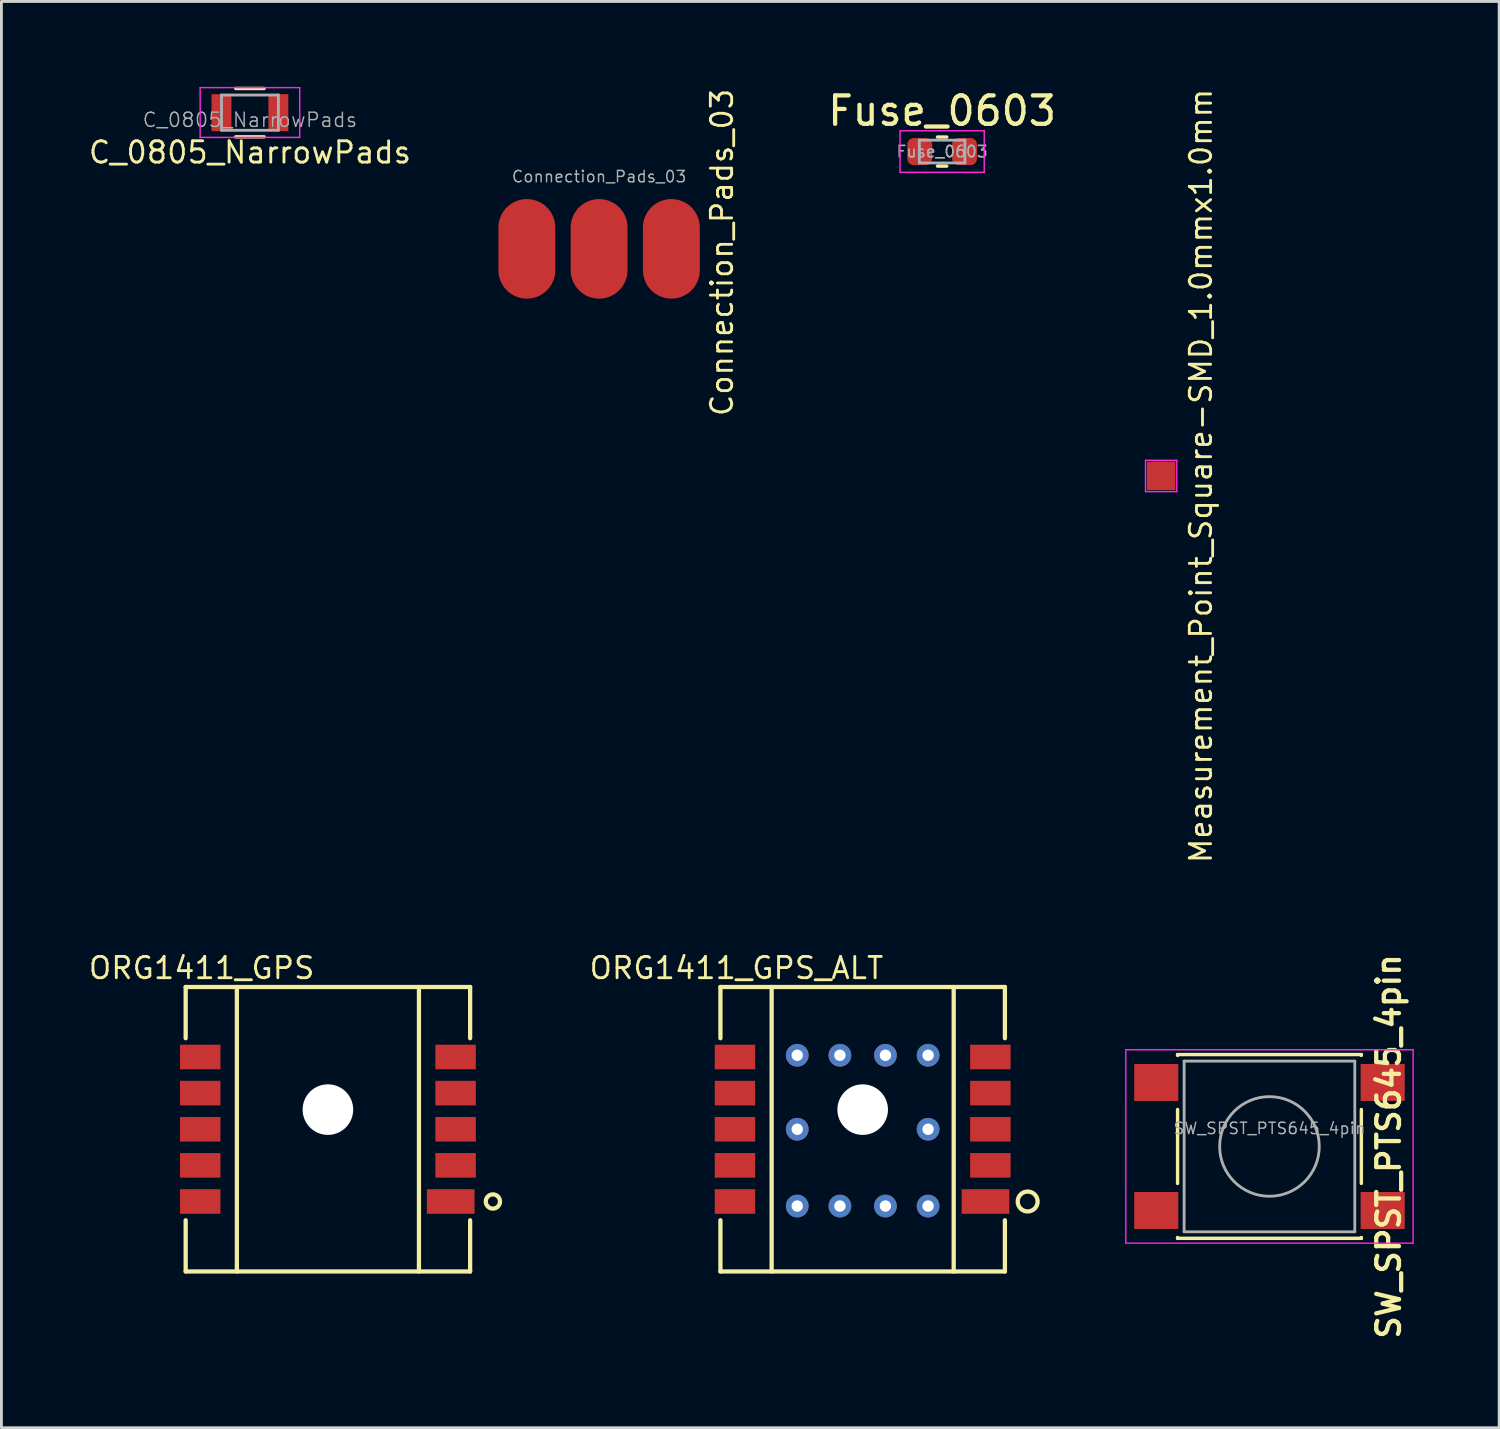
<source format=kicad_pcb>
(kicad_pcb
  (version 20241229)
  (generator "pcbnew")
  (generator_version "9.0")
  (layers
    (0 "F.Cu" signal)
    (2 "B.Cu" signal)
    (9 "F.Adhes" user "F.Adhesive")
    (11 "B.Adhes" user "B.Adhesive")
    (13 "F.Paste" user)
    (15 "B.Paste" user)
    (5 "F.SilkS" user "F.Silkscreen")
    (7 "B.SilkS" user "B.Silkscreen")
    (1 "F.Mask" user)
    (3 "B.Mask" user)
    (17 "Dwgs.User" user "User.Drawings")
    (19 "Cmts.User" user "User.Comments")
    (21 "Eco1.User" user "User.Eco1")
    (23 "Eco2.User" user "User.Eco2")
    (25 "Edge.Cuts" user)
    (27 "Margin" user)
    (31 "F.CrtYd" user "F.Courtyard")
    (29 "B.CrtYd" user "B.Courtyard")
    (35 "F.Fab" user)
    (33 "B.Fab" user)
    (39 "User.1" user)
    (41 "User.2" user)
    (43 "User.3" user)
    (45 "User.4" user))
  (footprint "Measurement_Point_Square-SMD_1.0mmx1.0mm"
    (layer "F.Cu")
    (at 37.769 13.682)
    (property "Reference" "Measurement_Point_Square-SMD_1.0mmx1.0mm" (at 1.397 0 90) (layer "F.SilkS") (effects (font (size 0.75 0.75) (thickness 0.1))))
    (attr exclude_from_pos_files exclude_from_bom)
    (fp_line (start -0.55 -0.55) (end 0.55 -0.55) (stroke (width 0.05) (type solid)) (layer "F.CrtYd"))
    (fp_line (start -0.55 0.55) (end -0.55 -0.55) (stroke (width 0.05) (type solid)) (layer "F.CrtYd"))
    (fp_line (start 0.55 -0.55) (end 0.55 0.55) (stroke (width 0.05) (type solid)) (layer "F.CrtYd"))
    (fp_line (start 0.55 0.55) (end -0.55 0.55) (stroke (width 0.05) (type solid)) (layer "F.CrtYd"))
    (pad "1" smd rect (at 0 0) (size 1 1) (layers "F.Cu" "F.Mask")))
  (footprint "Fuse_0603"
    (layer "F.Cu")
    (at 30.069 2.278)
    (property "Reference" "Fuse_0603" (at 0 -1.43 0) (layer "F.SilkS") (effects (font (size 1 1) (thickness 0.15))))
    (attr smd)
    (fp_line (start -0.163 -0.51) (end 0.163 -0.51) (stroke (width 0.12) (type solid)) (layer "F.SilkS"))
    (fp_line (start -0.163 0.51) (end 0.163 0.51) (stroke (width 0.12) (type solid)) (layer "F.SilkS"))
    (fp_line (start -1.48 -0.73) (end 1.48 -0.73) (stroke (width 0.05) (type solid)) (layer "F.CrtYd"))
    (fp_line (start -1.48 0.73) (end -1.48 -0.73) (stroke (width 0.05) (type solid)) (layer "F.CrtYd"))
    (fp_line (start 1.48 -0.73) (end 1.48 0.73) (stroke (width 0.05) (type solid)) (layer "F.CrtYd"))
    (fp_line (start 1.48 0.73) (end -1.48 0.73) (stroke (width 0.05) (type solid)) (layer "F.CrtYd"))
    (fp_line (start -0.8 -0.4) (end 0.8 -0.4) (stroke (width 0.1) (type solid)) (layer "F.Fab"))
    (fp_line (start -0.8 0.4) (end -0.8 -0.4) (stroke (width 0.1) (type solid)) (layer "F.Fab"))
    (fp_line (start 0.8 -0.4) (end 0.8 0.4) (stroke (width 0.1) (type solid)) (layer "F.Fab"))
    (fp_line (start 0.8 0.4) (end -0.8 0.4) (stroke (width 0.1) (type solid)) (layer "F.Fab"))
    (fp_text user "${REFERENCE}" (at 0 0 0) (layer "F.Fab") (effects (font (size 0.4 0.4) (thickness 0.06))))
    (pad "1" smd roundrect (at -0.787 0) (size 0.875 0.95) (layers "F.Cu" "F.Mask" "F.Paste") (roundrect_rratio 0.25))
    (pad "2" smd roundrect (at 0.787 0) (size 0.875 0.95) (layers "F.Cu" "F.Mask" "F.Paste") (roundrect_rratio 0.25)))
  (footprint "SW_SPST_PTS645_4pin"
    (layer "F.Cu")
    (at 41.576 37.252)
    (property "Reference" "SW_SPST_PTS645_4pin" (at 4.191 0 90) (layer "F.SilkS") (effects (font (size 0.8 0.8) (thickness 0.15))))
    (attr smd)
    (fp_line (start -3.23 -3.23) (end 3.23 -3.23) (stroke (width 0.12) (type solid)) (layer "F.SilkS"))
    (fp_line (start -3.23 -3.2) (end -3.23 -3.23) (stroke (width 0.12) (type solid)) (layer "F.SilkS"))
    (fp_line (start -3.23 -1.3) (end -3.23 1.3) (stroke (width 0.12) (type solid)) (layer "F.SilkS"))
    (fp_line (start -3.23 3.23) (end -3.23 3.2) (stroke (width 0.12) (type solid)) (layer "F.SilkS"))
    (fp_line (start -3.23 3.23) (end 3.23 3.23) (stroke (width 0.12) (type solid)) (layer "F.SilkS"))
    (fp_line (start 3.23 -3.23) (end 3.23 -3.2) (stroke (width 0.12) (type solid)) (layer "F.SilkS"))
    (fp_line (start 3.23 -1.3) (end 3.23 1.3) (stroke (width 0.12) (type solid)) (layer "F.SilkS"))
    (fp_line (start 3.23 3.23) (end 3.23 3.2) (stroke (width 0.12) (type solid)) (layer "F.SilkS"))
    (fp_line (start -5.05 -3.4) (end -5.05 3.4) (stroke (width 0.05) (type solid)) (layer "F.CrtYd"))
    (fp_line (start -5.05 -3.4) (end 5.05 -3.4) (stroke (width 0.05) (type solid)) (layer "F.CrtYd"))
    (fp_line (start -5.05 3.4) (end 5.05 3.4) (stroke (width 0.05) (type solid)) (layer "F.CrtYd"))
    (fp_line (start 5.05 3.4) (end 5.05 -3.4) (stroke (width 0.05) (type solid)) (layer "F.CrtYd"))
    (fp_line (start -3 -3) (end -3 3) (stroke (width 0.1) (type solid)) (layer "F.Fab"))
    (fp_line (start -3 3) (end 3 3) (stroke (width 0.1) (type solid)) (layer "F.Fab"))
    (fp_line (start 3 -3) (end -3 -3) (stroke (width 0.1) (type solid)) (layer "F.Fab"))
    (fp_line (start 3 3) (end 3 -3) (stroke (width 0.1) (type solid)) (layer "F.Fab"))
    (fp_circle (center 0 0) (end 1.75 -0.05) (stroke (width 0.1) (type solid)) (fill no) (layer "F.Fab"))
    (fp_text user "${REFERENCE}" (at 0 -0.635 0) (layer "F.Fab") (effects (font (size 0.4 0.4) (thickness 0.05))))
    (pad "1" smd rect (at 3.98 -2.25) (size 1.55 1.3) (layers "F.Cu" "F.Mask" "F.Paste"))
    (pad "2" smd rect (at -3.98 -2.25) (size 1.55 1.3) (layers "F.Cu" "F.Mask" "F.Paste"))
    (pad "3" smd rect (at 3.98 2.25) (size 1.55 1.3) (layers "F.Cu" "F.Mask" "F.Paste"))
    (pad "4" smd rect (at -3.98 2.25) (size 1.55 1.3) (layers "F.Cu" "F.Mask" "F.Paste")))
  (footprint "C_0805_NarrowPads"
    (layer "F.Cu")
    (at 5.736 0.91)
    (property "Reference" "C_0805_NarrowPads" (at 0 1.397 0) (layer "F.SilkS") (effects (font (size 0.75 0.75) (thickness 0.1))))
    (attr smd)
    (fp_line (start -0.5 0.85) (end 0.5 0.85) (stroke (width 0.12) (type solid)) (layer "F.SilkS"))
    (fp_line (start 0.5 -0.85) (end -0.5 -0.85) (stroke (width 0.12) (type solid)) (layer "F.SilkS"))
    (fp_line (start -1.75 -0.88) (end -1.75 0.87) (stroke (width 0.05) (type solid)) (layer "F.CrtYd"))
    (fp_line (start -1.75 -0.88) (end 1.75 -0.88) (stroke (width 0.05) (type solid)) (layer "F.CrtYd"))
    (fp_line (start 1.75 0.87) (end -1.75 0.87) (stroke (width 0.05) (type solid)) (layer "F.CrtYd"))
    (fp_line (start 1.75 0.87) (end 1.75 -0.88) (stroke (width 0.05) (type solid)) (layer "F.CrtYd"))
    (fp_line (start -1 -0.62) (end 1 -0.62) (stroke (width 0.1) (type solid)) (layer "F.Fab"))
    (fp_line (start -1 0.62) (end -1 -0.62) (stroke (width 0.1) (type solid)) (layer "F.Fab"))
    (fp_line (start 1 -0.62) (end 1 0.62) (stroke (width 0.1) (type solid)) (layer "F.Fab"))
    (fp_line (start 1 0.62) (end -1 0.62) (stroke (width 0.1) (type solid)) (layer "F.Fab"))
    (fp_text user "${REFERENCE}" (at 0 0.254 0) (layer "F.Fab") (effects (font (size 0.5 0.5) (thickness 0.05))))
    (pad "1" smd rect (at -1 0) (size 0.7 1.3) (layers "F.Cu" "F.Mask" "F.Paste"))
    (pad "2" smd rect (at 1 0) (size 0.7 1.3) (layers "F.Cu" "F.Mask" "F.Paste")))
  (footprint "ORG1411_GPS_ALT"
    (layer "F.Cu")
    (at 22.076 41.647)
    (property "Reference" "ORG1411_GPS_ALT" (at 0.762 -10.668 180) (layer "F.SilkS") (effects (font (size 0.75 0.75) (thickness 0.1))))
    (attr through_hole)
    (fp_line (start 0.2 -10) (end 0.2 -8.2) (stroke (width 0.15) (type solid)) (layer "F.SilkS"))
    (fp_line (start 0.2 -10) (end 10.2 -10) (stroke (width 0.15) (type solid)) (layer "F.SilkS"))
    (fp_line (start 0.2 -1.8) (end 0.2 0) (stroke (width 0.15) (type solid)) (layer "F.SilkS"))
    (fp_line (start 0.2 0) (end 10.2 0) (stroke (width 0.15) (type solid)) (layer "F.SilkS"))
    (fp_line (start 2 -10) (end 2 0) (stroke (width 0.15) (type solid)) (layer "F.SilkS"))
    (fp_line (start 8.4 -10) (end 8.4 0) (stroke (width 0.15) (type solid)) (layer "F.SilkS"))
    (fp_line (start 10.2 -10) (end 10.2 -8.2) (stroke (width 0.15) (type solid)) (layer "F.SilkS"))
    (fp_line (start 10.2 -1.8) (end 10.2 0) (stroke (width 0.15) (type solid)) (layer "F.SilkS"))
    (fp_circle (center 11 -2.46) (end 11.35 -2.46) (stroke (width 0.15) (type solid)) (fill no) (layer "F.SilkS"))
    (pad "" np_thru_hole circle (at 5.2 -5.69) (size 1.778 1.778) (drill 1.778) (layers "*.Cu" "*.Mask"))
    (pad "1" smd rect (at 9.517 -2.46) (size 1.676 0.864) (layers "F.Cu" "F.Mask" "F.Paste"))
    (pad "2" smd rect (at 9.689 -3.73) (size 1.422 0.864) (layers "F.Cu" "F.Mask" "F.Paste"))
    (pad "3" smd rect (at 9.689 -5) (size 1.422 0.864) (layers "F.Cu" "F.Mask" "F.Paste"))
    (pad "4" smd rect (at 9.689 -6.27) (size 1.422 0.864) (layers "F.Cu" "F.Mask" "F.Paste"))
    (pad "5" thru_hole circle (at 2.9 -7.6) (size 0.8 0.8) (drill 0.4) (layers "*.Cu"))
    (pad "5" thru_hole circle (at 2.9 -5) (size 0.8 0.8) (drill 0.4) (layers "*.Cu"))
    (pad "5" thru_hole circle (at 2.9 -2.3) (size 0.8 0.8) (drill 0.4) (layers "*.Cu"))
    (pad "5" thru_hole circle (at 4.4 -7.6) (size 0.8 0.8) (drill 0.4) (layers "*.Cu"))
    (pad "5" thru_hole circle (at 4.4 -2.3) (size 0.8 0.8) (drill 0.4) (layers "*.Cu"))
    (pad "5" thru_hole circle (at 6 -7.6) (size 0.8 0.8) (drill 0.4) (layers "*.Cu"))
    (pad "5" thru_hole circle (at 6 -2.3) (size 0.8 0.8) (drill 0.4) (layers "*.Cu"))
    (pad "5" thru_hole circle (at 7.5 -7.6) (size 0.8 0.8) (drill 0.4) (layers "*.Cu"))
    (pad "5" thru_hole circle (at 7.5 -5) (size 0.8 0.8) (drill 0.4) (layers "*.Cu"))
    (pad "5" thru_hole circle (at 7.5 -2.3) (size 0.8 0.8) (drill 0.4) (layers "*.Cu"))
    (pad "5" smd rect (at 9.689 -7.54) (size 1.422 0.864) (layers "F.Cu" "F.Mask" "F.Paste"))
    (pad "6" smd rect (at 0.711 -7.54) (size 1.422 0.864) (layers "F.Cu" "F.Mask" "F.Paste"))
    (pad "7" smd rect (at 0.711 -6.27) (size 1.422 0.864) (layers "F.Cu" "F.Mask" "F.Paste"))
    (pad "8" smd rect (at 0.711 -5) (size 1.422 0.864) (layers "F.Cu" "F.Mask" "F.Paste"))
    (pad "9" smd rect (at 0.711 -3.73) (size 1.422 0.864) (layers "F.Cu" "F.Mask" "F.Paste"))
    (pad "10" smd rect (at 0.711 -2.46) (size 1.422 0.864) (layers "F.Cu" "F.Mask" "F.Paste")))
  (footprint "ORG1411_GPS"
    (layer "F.Cu")
    (at 3.277 41.647)
    (property "Reference" "ORG1411_GPS" (at 0.762 -10.668 180) (layer "F.SilkS") (effects (font (size 0.75 0.75) (thickness 0.1))))
    (attr through_hole)
    (fp_line (start 0.2 -10) (end 0.2 -8.2) (stroke (width 0.15) (type solid)) (layer "F.SilkS"))
    (fp_line (start 0.2 -10) (end 10.2 -10) (stroke (width 0.15) (type solid)) (layer "F.SilkS"))
    (fp_line (start 0.2 -1.8) (end 0.2 0) (stroke (width 0.15) (type solid)) (layer "F.SilkS"))
    (fp_line (start 0.2 0) (end 10.2 0) (stroke (width 0.15) (type solid)) (layer "F.SilkS"))
    (fp_line (start 2 -10) (end 2 0) (stroke (width 0.15) (type solid)) (layer "F.SilkS"))
    (fp_line (start 8.4 -10) (end 8.4 0) (stroke (width 0.15) (type solid)) (layer "F.SilkS"))
    (fp_line (start 10.2 -10) (end 10.2 -8.2) (stroke (width 0.15) (type solid)) (layer "F.SilkS"))
    (fp_line (start 10.2 -1.8) (end 10.2 0) (stroke (width 0.15) (type solid)) (layer "F.SilkS"))
    (fp_circle (center 11 -2.46) (end 11.25 -2.46) (stroke (width 0.15) (type solid)) (fill no) (layer "F.SilkS"))
    (pad "" np_thru_hole circle (at 5.2 -5.69) (size 1.778 1.778) (drill 1.778) (layers "*.Cu" "*.Mask"))
    (pad "1" smd rect (at 9.517 -2.46) (size 1.676 0.864) (layers "F.Cu" "F.Mask" "F.Paste"))
    (pad "2" smd rect (at 9.689 -3.73) (size 1.422 0.864) (layers "F.Cu" "F.Mask" "F.Paste"))
    (pad "3" smd rect (at 9.689 -5) (size 1.422 0.864) (layers "F.Cu" "F.Mask" "F.Paste"))
    (pad "4" smd rect (at 9.689 -6.27) (size 1.422 0.864) (layers "F.Cu" "F.Mask" "F.Paste"))
    (pad "5" smd rect (at 9.689 -7.54) (size 1.422 0.864) (layers "F.Cu" "F.Mask" "F.Paste"))
    (pad "6" smd rect (at 0.711 -7.54) (size 1.422 0.864) (layers "F.Cu" "F.Mask" "F.Paste"))
    (pad "7" smd rect (at 0.711 -6.27) (size 1.422 0.864) (layers "F.Cu" "F.Mask" "F.Paste"))
    (pad "8" smd rect (at 0.711 -5) (size 1.422 0.864) (layers "F.Cu" "F.Mask" "F.Paste"))
    (pad "9" smd rect (at 0.711 -3.73) (size 1.422 0.864) (layers "F.Cu" "F.Mask" "F.Paste"))
    (pad "10" smd rect (at 0.711 -2.46) (size 1.422 0.864) (layers "F.Cu" "F.Mask" "F.Paste")))
  (footprint "Connection_Pads_03"
    (layer "F.Cu")
    (at 18.011 5.698)
    (property "Reference" "Connection_Pads_03" (at 4.318 0.127 90) (layer "F.SilkS") (effects (font (size 0.75 0.75) (thickness 0.1))))
    (attr through_hole)
    (fp_text user "${REFERENCE}" (at 0 -2.54 0) (layer "F.Fab") (effects (font (size 0.4 0.4) (thickness 0.05))))
    (pad "1" smd oval (at -2.54 0) (size 2 3.5) (layers "F.Cu" "F.Mask" "F.Paste"))
    (pad "2" smd oval (at 0 0) (size 2 3.5) (layers "F.Cu" "F.Mask" "F.Paste"))
    (pad "3" smd oval (at 2.54 0) (size 2 3.5) (layers "F.Cu" "F.Mask" "F.Paste")))
  (gr_rect
    (start -3 -3)
    (end 49.651 47.14)
    (stroke (width 0.1) (type default))
    (fill no)
    (layer "Edge.Cuts")))
</source>
